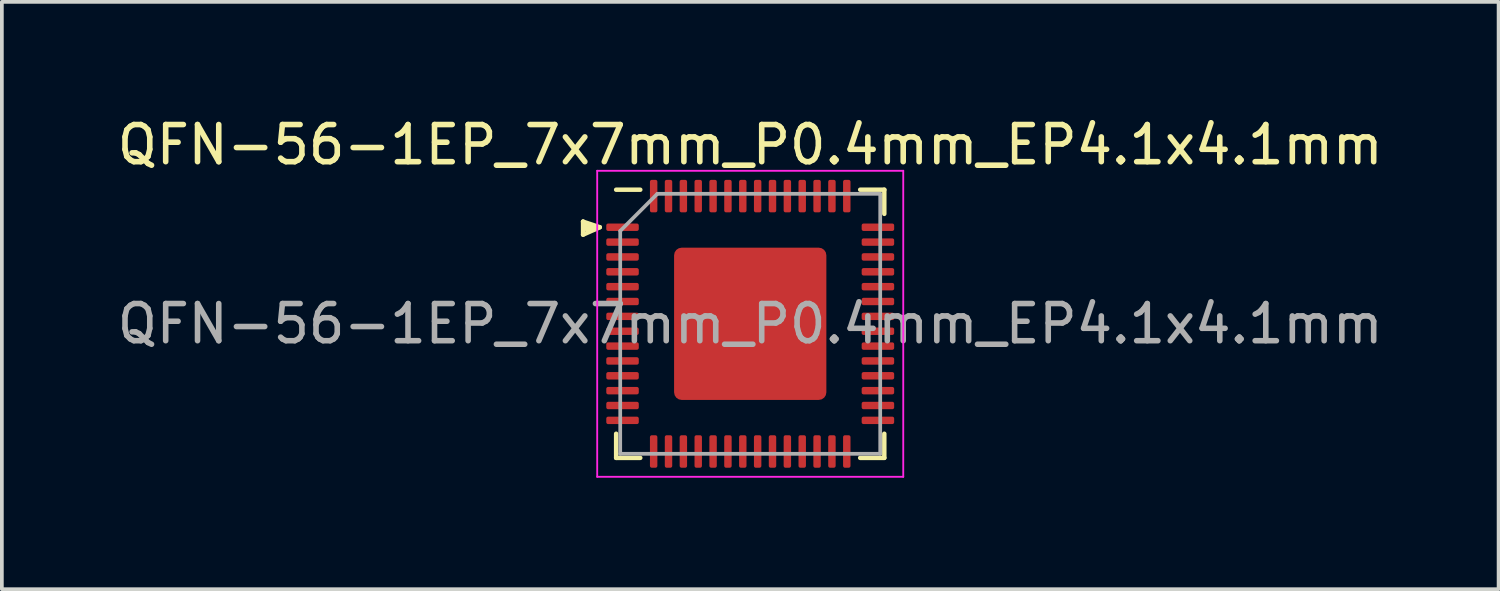
<source format=kicad_pcb>
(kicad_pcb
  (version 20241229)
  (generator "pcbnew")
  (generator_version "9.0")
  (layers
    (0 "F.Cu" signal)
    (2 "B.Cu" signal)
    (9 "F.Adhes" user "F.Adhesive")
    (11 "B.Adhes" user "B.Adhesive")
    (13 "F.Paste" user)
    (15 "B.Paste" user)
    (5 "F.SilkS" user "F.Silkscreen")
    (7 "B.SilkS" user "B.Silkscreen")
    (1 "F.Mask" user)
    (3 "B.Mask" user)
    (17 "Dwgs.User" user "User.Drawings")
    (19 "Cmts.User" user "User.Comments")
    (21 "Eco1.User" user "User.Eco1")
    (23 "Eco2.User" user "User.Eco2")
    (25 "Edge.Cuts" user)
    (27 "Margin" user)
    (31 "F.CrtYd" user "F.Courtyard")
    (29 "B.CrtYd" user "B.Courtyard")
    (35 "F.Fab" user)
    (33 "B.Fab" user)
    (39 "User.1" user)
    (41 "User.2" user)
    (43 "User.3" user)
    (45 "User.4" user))
  (footprint "QFN-56-1EP_7x7mm_P0.4mm_EP4.1x4.1mm"
    (layer "F.Cu")
    (at 17.149 5.668)
    (property "Reference" "QFN-56-1EP_7x7mm_P0.4mm_EP4.1x4.1mm" (at 0 -4.82 0) (layer "F.SilkS") (effects (font (size 1 1) (thickness 0.15))))
    (attr smd)
    (fp_line (start -4.5 -2.75) (end -4.5 -2.4) (stroke (width 0.12) (type solid)) (layer "F.SilkS"))
    (fp_line (start -4.5 -2.75) (end -4.4 -2.55) (stroke (width 0.12) (type solid)) (layer "F.SilkS"))
    (fp_line (start -4.5 -2.4) (end -4.05 -2.6) (stroke (width 0.12) (type solid)) (layer "F.SilkS"))
    (fp_line (start -4.4 -2.55) (end -4.2 -2.55) (stroke (width 0.12) (type solid)) (layer "F.SilkS"))
    (fp_line (start -4.2 -2.55) (end -4.4 -2.7) (stroke (width 0.12) (type solid)) (layer "F.SilkS"))
    (fp_line (start -4.05 -2.6) (end -4.5 -2.75) (stroke (width 0.12) (type solid)) (layer "F.SilkS"))
    (fp_line (start -3.61 3.61) (end -3.61 2.96) (stroke (width 0.12) (type solid)) (layer "F.SilkS"))
    (fp_line (start -2.96 -3.61) (end -3.61 -3.61) (stroke (width 0.12) (type solid)) (layer "F.SilkS"))
    (fp_line (start -2.96 3.61) (end -3.61 3.61) (stroke (width 0.12) (type solid)) (layer "F.SilkS"))
    (fp_line (start 2.96 -3.61) (end 3.61 -3.61) (stroke (width 0.12) (type solid)) (layer "F.SilkS"))
    (fp_line (start 2.96 3.61) (end 3.61 3.61) (stroke (width 0.12) (type solid)) (layer "F.SilkS"))
    (fp_line (start 3.61 -3.61) (end 3.61 -2.96) (stroke (width 0.12) (type solid)) (layer "F.SilkS"))
    (fp_line (start 3.61 3.61) (end 3.61 2.96) (stroke (width 0.12) (type solid)) (layer "F.SilkS"))
    (fp_line (start -4.12 -4.12) (end -4.12 4.12) (stroke (width 0.05) (type solid)) (layer "F.CrtYd"))
    (fp_line (start -4.12 4.12) (end 4.12 4.12) (stroke (width 0.05) (type solid)) (layer "F.CrtYd"))
    (fp_line (start 4.12 -4.12) (end -4.12 -4.12) (stroke (width 0.05) (type solid)) (layer "F.CrtYd"))
    (fp_line (start 4.12 4.12) (end 4.12 -4.12) (stroke (width 0.05) (type solid)) (layer "F.CrtYd"))
    (fp_line (start -3.5 -2.5) (end -2.5 -3.5) (stroke (width 0.1) (type solid)) (layer "F.Fab"))
    (fp_line (start -3.5 3.5) (end -3.5 -2.5) (stroke (width 0.1) (type solid)) (layer "F.Fab"))
    (fp_line (start -2.5 -3.5) (end 3.5 -3.5) (stroke (width 0.1) (type solid)) (layer "F.Fab"))
    (fp_line (start 3.5 -3.5) (end 3.5 3.5) (stroke (width 0.1) (type solid)) (layer "F.Fab"))
    (fp_line (start 3.5 3.5) (end -3.5 3.5) (stroke (width 0.1) (type solid)) (layer "F.Fab"))
    (fp_text user "${REFERENCE}" (at 0 0 0) (layer "F.Fab") (effects (font (size 1 1) (thickness 0.15))))
    (pad "" smd roundrect (at -0.9 -0.9) (size 1.3 1.3) (layers "F.Paste") (roundrect_rratio 0.221))
    (pad "" smd roundrect (at -0.9 0.9) (size 1.3 1.3) (layers "F.Paste") (roundrect_rratio 0.221))
    (pad "" smd roundrect (at 0.9 -0.9) (size 1.3 1.3) (layers "F.Paste") (roundrect_rratio 0.221))
    (pad "" smd roundrect (at 0.9 0.9) (size 1.3 1.3) (layers "F.Paste") (roundrect_rratio 0.221))
    (pad "1" smd roundrect (at -3.438 -2.6) (size 0.875 0.2) (layers "F.Cu" "F.Mask" "F.Paste") (roundrect_rratio 0.25))
    (pad "2" smd roundrect (at -3.438 -2.2) (size 0.875 0.2) (layers "F.Cu" "F.Mask" "F.Paste") (roundrect_rratio 0.25))
    (pad "3" smd roundrect (at -3.438 -1.8) (size 0.875 0.2) (layers "F.Cu" "F.Mask" "F.Paste") (roundrect_rratio 0.25))
    (pad "4" smd roundrect (at -3.438 -1.4) (size 0.875 0.2) (layers "F.Cu" "F.Mask" "F.Paste") (roundrect_rratio 0.25))
    (pad "5" smd roundrect (at -3.438 -1) (size 0.875 0.2) (layers "F.Cu" "F.Mask" "F.Paste") (roundrect_rratio 0.25))
    (pad "6" smd roundrect (at -3.438 -0.6) (size 0.875 0.2) (layers "F.Cu" "F.Mask" "F.Paste") (roundrect_rratio 0.25))
    (pad "7" smd roundrect (at -3.438 -0.2) (size 0.875 0.2) (layers "F.Cu" "F.Mask" "F.Paste") (roundrect_rratio 0.25))
    (pad "8" smd roundrect (at -3.438 0.2) (size 0.875 0.2) (layers "F.Cu" "F.Mask" "F.Paste") (roundrect_rratio 0.25))
    (pad "9" smd roundrect (at -3.438 0.6) (size 0.875 0.2) (layers "F.Cu" "F.Mask" "F.Paste") (roundrect_rratio 0.25))
    (pad "10" smd roundrect (at -3.438 1) (size 0.875 0.2) (layers "F.Cu" "F.Mask" "F.Paste") (roundrect_rratio 0.25))
    (pad "11" smd roundrect (at -3.438 1.4) (size 0.875 0.2) (layers "F.Cu" "F.Mask" "F.Paste") (roundrect_rratio 0.25))
    (pad "12" smd roundrect (at -3.438 1.8) (size 0.875 0.2) (layers "F.Cu" "F.Mask" "F.Paste") (roundrect_rratio 0.25))
    (pad "13" smd roundrect (at -3.438 2.2) (size 0.875 0.2) (layers "F.Cu" "F.Mask" "F.Paste") (roundrect_rratio 0.25))
    (pad "14" smd roundrect (at -3.438 2.6) (size 0.875 0.2) (layers "F.Cu" "F.Mask" "F.Paste") (roundrect_rratio 0.25))
    (pad "15" smd roundrect (at -2.6 3.438) (size 0.2 0.875) (layers "F.Cu" "F.Mask" "F.Paste") (roundrect_rratio 0.25))
    (pad "16" smd roundrect (at -2.2 3.438) (size 0.2 0.875) (layers "F.Cu" "F.Mask" "F.Paste") (roundrect_rratio 0.25))
    (pad "17" smd roundrect (at -1.8 3.438) (size 0.2 0.875) (layers "F.Cu" "F.Mask" "F.Paste") (roundrect_rratio 0.25))
    (pad "18" smd roundrect (at -1.4 3.438) (size 0.2 0.875) (layers "F.Cu" "F.Mask" "F.Paste") (roundrect_rratio 0.25))
    (pad "19" smd roundrect (at -1 3.438) (size 0.2 0.875) (layers "F.Cu" "F.Mask" "F.Paste") (roundrect_rratio 0.25))
    (pad "20" smd roundrect (at -0.6 3.438) (size 0.2 0.875) (layers "F.Cu" "F.Mask" "F.Paste") (roundrect_rratio 0.25))
    (pad "21" smd roundrect (at -0.2 3.438) (size 0.2 0.875) (layers "F.Cu" "F.Mask" "F.Paste") (roundrect_rratio 0.25))
    (pad "22" smd roundrect (at 0.2 3.438) (size 0.2 0.875) (layers "F.Cu" "F.Mask" "F.Paste") (roundrect_rratio 0.25))
    (pad "23" smd roundrect (at 0.6 3.438) (size 0.2 0.875) (layers "F.Cu" "F.Mask" "F.Paste") (roundrect_rratio 0.25))
    (pad "24" smd roundrect (at 1 3.438) (size 0.2 0.875) (layers "F.Cu" "F.Mask" "F.Paste") (roundrect_rratio 0.25))
    (pad "25" smd roundrect (at 1.4 3.438) (size 0.2 0.875) (layers "F.Cu" "F.Mask" "F.Paste") (roundrect_rratio 0.25))
    (pad "26" smd roundrect (at 1.8 3.438) (size 0.2 0.875) (layers "F.Cu" "F.Mask" "F.Paste") (roundrect_rratio 0.25))
    (pad "27" smd roundrect (at 2.2 3.438) (size 0.2 0.875) (layers "F.Cu" "F.Mask" "F.Paste") (roundrect_rratio 0.25))
    (pad "28" smd roundrect (at 2.6 3.438) (size 0.2 0.875) (layers "F.Cu" "F.Mask" "F.Paste") (roundrect_rratio 0.25))
    (pad "29" smd roundrect (at 3.438 2.6) (size 0.875 0.2) (layers "F.Cu" "F.Mask" "F.Paste") (roundrect_rratio 0.25))
    (pad "30" smd roundrect (at 3.438 2.2) (size 0.875 0.2) (layers "F.Cu" "F.Mask" "F.Paste") (roundrect_rratio 0.25))
    (pad "31" smd roundrect (at 3.438 1.8) (size 0.875 0.2) (layers "F.Cu" "F.Mask" "F.Paste") (roundrect_rratio 0.25))
    (pad "32" smd roundrect (at 3.438 1.4) (size 0.875 0.2) (layers "F.Cu" "F.Mask" "F.Paste") (roundrect_rratio 0.25))
    (pad "33" smd roundrect (at 3.438 1) (size 0.875 0.2) (layers "F.Cu" "F.Mask" "F.Paste") (roundrect_rratio 0.25))
    (pad "34" smd roundrect (at 3.438 0.6) (size 0.875 0.2) (layers "F.Cu" "F.Mask" "F.Paste") (roundrect_rratio 0.25))
    (pad "35" smd roundrect (at 3.438 0.2) (size 0.875 0.2) (layers "F.Cu" "F.Mask" "F.Paste") (roundrect_rratio 0.25))
    (pad "36" smd roundrect (at 3.438 -0.2) (size 0.875 0.2) (layers "F.Cu" "F.Mask" "F.Paste") (roundrect_rratio 0.25))
    (pad "37" smd roundrect (at 3.438 -0.6) (size 0.875 0.2) (layers "F.Cu" "F.Mask" "F.Paste") (roundrect_rratio 0.25))
    (pad "38" smd roundrect (at 3.438 -1) (size 0.875 0.2) (layers "F.Cu" "F.Mask" "F.Paste") (roundrect_rratio 0.25))
    (pad "39" smd roundrect (at 3.438 -1.4) (size 0.875 0.2) (layers "F.Cu" "F.Mask" "F.Paste") (roundrect_rratio 0.25))
    (pad "40" smd roundrect (at 3.438 -1.8) (size 0.875 0.2) (layers "F.Cu" "F.Mask" "F.Paste") (roundrect_rratio 0.25))
    (pad "41" smd roundrect (at 3.438 -2.2) (size 0.875 0.2) (layers "F.Cu" "F.Mask" "F.Paste") (roundrect_rratio 0.25))
    (pad "42" smd roundrect (at 3.438 -2.6) (size 0.875 0.2) (layers "F.Cu" "F.Mask" "F.Paste") (roundrect_rratio 0.25))
    (pad "43" smd roundrect (at 2.6 -3.438) (size 0.2 0.875) (layers "F.Cu" "F.Mask" "F.Paste") (roundrect_rratio 0.25))
    (pad "44" smd roundrect (at 2.2 -3.438) (size 0.2 0.875) (layers "F.Cu" "F.Mask" "F.Paste") (roundrect_rratio 0.25))
    (pad "45" smd roundrect (at 1.8 -3.438) (size 0.2 0.875) (layers "F.Cu" "F.Mask" "F.Paste") (roundrect_rratio 0.25))
    (pad "46" smd roundrect (at 1.4 -3.438) (size 0.2 0.875) (layers "F.Cu" "F.Mask" "F.Paste") (roundrect_rratio 0.25))
    (pad "47" smd roundrect (at 1 -3.438) (size 0.2 0.875) (layers "F.Cu" "F.Mask" "F.Paste") (roundrect_rratio 0.25))
    (pad "48" smd roundrect (at 0.6 -3.438) (size 0.2 0.875) (layers "F.Cu" "F.Mask" "F.Paste") (roundrect_rratio 0.25))
    (pad "49" smd roundrect (at 0.2 -3.438) (size 0.2 0.875) (layers "F.Cu" "F.Mask" "F.Paste") (roundrect_rratio 0.25))
    (pad "50" smd roundrect (at -0.2 -3.438) (size 0.2 0.875) (layers "F.Cu" "F.Mask" "F.Paste") (roundrect_rratio 0.25))
    (pad "51" smd roundrect (at -0.6 -3.438) (size 0.2 0.875) (layers "F.Cu" "F.Mask" "F.Paste") (roundrect_rratio 0.25))
    (pad "52" smd roundrect (at -1 -3.438) (size 0.2 0.875) (layers "F.Cu" "F.Mask" "F.Paste") (roundrect_rratio 0.25))
    (pad "53" smd roundrect (at -1.4 -3.438) (size 0.2 0.875) (layers "F.Cu" "F.Mask" "F.Paste") (roundrect_rratio 0.25))
    (pad "54" smd roundrect (at -1.8 -3.438) (size 0.2 0.875) (layers "F.Cu" "F.Mask" "F.Paste") (roundrect_rratio 0.25))
    (pad "55" smd roundrect (at -2.2 -3.438) (size 0.2 0.875) (layers "F.Cu" "F.Mask" "F.Paste") (roundrect_rratio 0.25))
    (pad "56" smd roundrect (at -2.6 -3.438) (size 0.2 0.875) (layers "F.Cu" "F.Mask" "F.Paste") (roundrect_rratio 0.25))
    (pad "57" smd roundrect (at 0 0) (size 4.1 4.1) (layers "F.Cu" "F.Mask") (roundrect_rratio 0.05)))
  (gr_rect
    (start -3 -3)
    (end 37.298 12.813)
    (stroke (width 0.1) (type default))
    (fill no)
    (layer "Edge.Cuts")))
</source>
